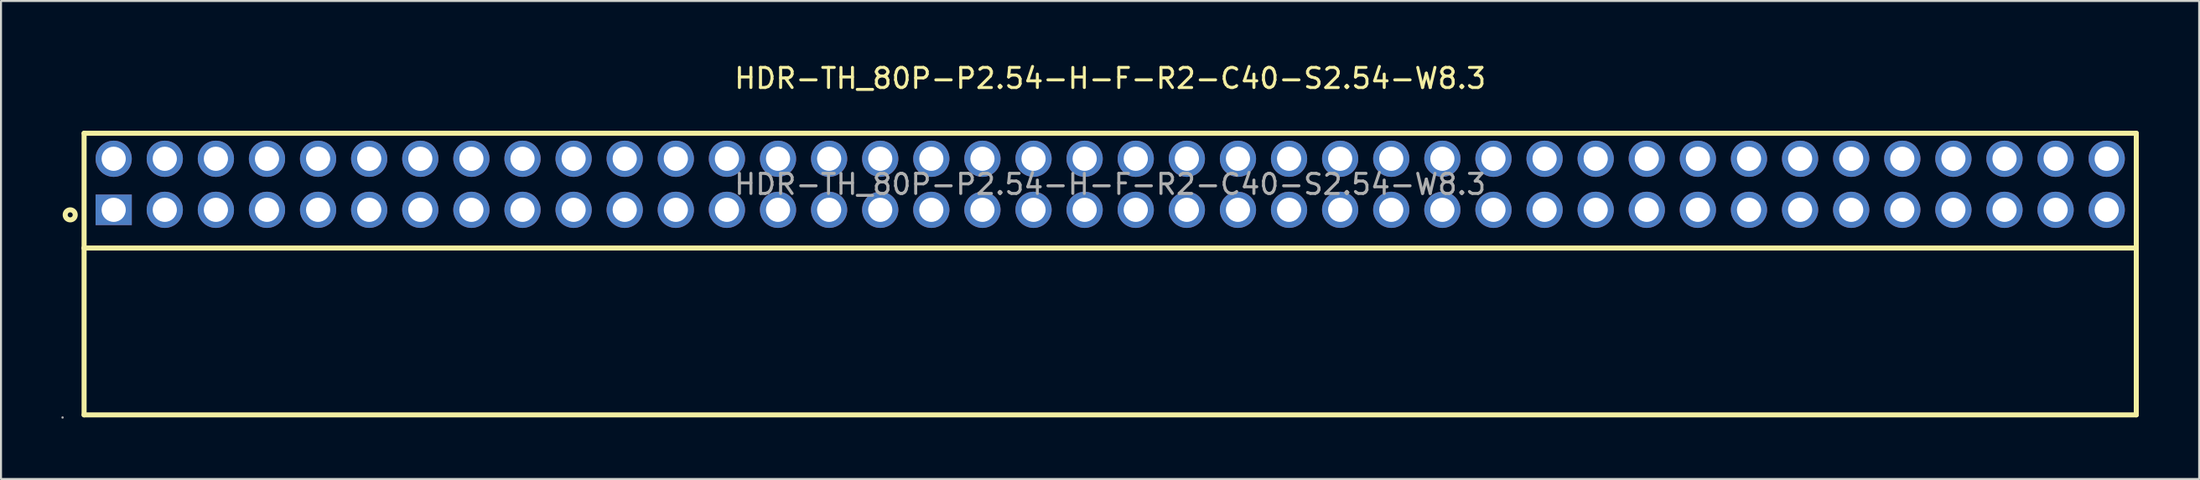
<source format=kicad_pcb>
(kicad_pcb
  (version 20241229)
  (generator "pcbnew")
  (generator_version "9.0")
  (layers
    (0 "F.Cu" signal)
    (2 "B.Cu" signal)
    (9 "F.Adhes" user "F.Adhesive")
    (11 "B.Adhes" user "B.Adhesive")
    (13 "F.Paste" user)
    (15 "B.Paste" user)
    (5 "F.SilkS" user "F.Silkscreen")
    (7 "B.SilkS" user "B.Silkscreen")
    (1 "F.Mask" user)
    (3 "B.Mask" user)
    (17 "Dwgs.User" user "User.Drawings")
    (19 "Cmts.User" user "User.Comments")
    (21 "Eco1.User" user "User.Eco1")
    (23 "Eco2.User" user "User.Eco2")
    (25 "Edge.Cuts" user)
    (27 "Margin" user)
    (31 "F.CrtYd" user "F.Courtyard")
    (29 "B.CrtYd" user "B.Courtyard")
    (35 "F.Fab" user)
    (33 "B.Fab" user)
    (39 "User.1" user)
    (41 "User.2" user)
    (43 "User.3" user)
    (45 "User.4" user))
  (footprint "HDR-TH_80P-P2.54-H-F-R2-C40-S2.54-W8.3"
    (layer "F.Cu")
    (at 52.13 6.118)
    (property "Reference" "HDR-TH_80P-P2.54-H-F-R2-C40-S2.54-W8.3" (at 0 -5.27 0) (layer "F.SilkS") (effects (font (size 1 1) (thickness 0.15))))
    (attr through_hole)
    (fp_line (start -51 -2.54) (end 51 -2.54) (stroke (width 0.25) (type solid)) (layer "F.SilkS"))
    (fp_line (start -51 3.17) (end -51 -2.54) (stroke (width 0.25) (type solid)) (layer "F.SilkS"))
    (fp_line (start -51 3.17) (end 51 3.17) (stroke (width 0.25) (type solid)) (layer "F.SilkS"))
    (fp_line (start -51 11.47) (end -51 3.17) (stroke (width 0.25) (type solid)) (layer "F.SilkS"))
    (fp_line (start -51 11.47) (end 51 11.47) (stroke (width 0.25) (type solid)) (layer "F.SilkS"))
    (fp_line (start 51 -2.54) (end 51 11.47) (stroke (width 0.25) (type solid)) (layer "F.SilkS"))
    (fp_circle (center -51.69 1.52) (end -51.44 1.52) (stroke (width 0.25) (type solid)) (fill no) (layer "F.SilkS"))
    (fp_circle (center -52.07 11.6) (end -52.04 11.6) (stroke (width 0.06) (type solid)) (fill no) (layer "F.Fab"))
    (fp_circle (center -49.53 -1.27) (end -49.28 -1.27) (stroke (width 0.5) (type solid)) (fill no) (layer "F.Fab"))
    (fp_circle (center -49.53 1.27) (end -49.28 1.27) (stroke (width 0.5) (type solid)) (fill no) (layer "F.Fab"))
    (fp_circle (center -46.99 -1.27) (end -46.74 -1.27) (stroke (width 0.5) (type solid)) (fill no) (layer "F.Fab"))
    (fp_circle (center -46.99 1.27) (end -46.74 1.27) (stroke (width 0.5) (type solid)) (fill no) (layer "F.Fab"))
    (fp_circle (center -44.45 -1.27) (end -44.2 -1.27) (stroke (width 0.5) (type solid)) (fill no) (layer "F.Fab"))
    (fp_circle (center -44.45 1.27) (end -44.2 1.27) (stroke (width 0.5) (type solid)) (fill no) (layer "F.Fab"))
    (fp_circle (center -41.91 -1.27) (end -41.66 -1.27) (stroke (width 0.5) (type solid)) (fill no) (layer "F.Fab"))
    (fp_circle (center -41.91 1.27) (end -41.66 1.27) (stroke (width 0.5) (type solid)) (fill no) (layer "F.Fab"))
    (fp_circle (center -39.37 -1.27) (end -39.12 -1.27) (stroke (width 0.5) (type solid)) (fill no) (layer "F.Fab"))
    (fp_circle (center -39.37 1.27) (end -39.12 1.27) (stroke (width 0.5) (type solid)) (fill no) (layer "F.Fab"))
    (fp_circle (center -36.83 -1.27) (end -36.58 -1.27) (stroke (width 0.5) (type solid)) (fill no) (layer "F.Fab"))
    (fp_circle (center -36.83 1.27) (end -36.58 1.27) (stroke (width 0.5) (type solid)) (fill no) (layer "F.Fab"))
    (fp_circle (center -34.29 -1.27) (end -34.04 -1.27) (stroke (width 0.5) (type solid)) (fill no) (layer "F.Fab"))
    (fp_circle (center -34.29 1.27) (end -34.04 1.27) (stroke (width 0.5) (type solid)) (fill no) (layer "F.Fab"))
    (fp_circle (center -31.75 -1.27) (end -31.5 -1.27) (stroke (width 0.5) (type solid)) (fill no) (layer "F.Fab"))
    (fp_circle (center -31.75 1.27) (end -31.5 1.27) (stroke (width 0.5) (type solid)) (fill no) (layer "F.Fab"))
    (fp_circle (center -29.21 -1.27) (end -28.96 -1.27) (stroke (width 0.5) (type solid)) (fill no) (layer "F.Fab"))
    (fp_circle (center -29.21 1.27) (end -28.96 1.27) (stroke (width 0.5) (type solid)) (fill no) (layer "F.Fab"))
    (fp_circle (center -26.67 -1.27) (end -26.42 -1.27) (stroke (width 0.5) (type solid)) (fill no) (layer "F.Fab"))
    (fp_circle (center -26.67 1.27) (end -26.42 1.27) (stroke (width 0.5) (type solid)) (fill no) (layer "F.Fab"))
    (fp_circle (center -24.13 -1.27) (end -23.88 -1.27) (stroke (width 0.5) (type solid)) (fill no) (layer "F.Fab"))
    (fp_circle (center -24.13 1.27) (end -23.88 1.27) (stroke (width 0.5) (type solid)) (fill no) (layer "F.Fab"))
    (fp_circle (center -21.59 -1.27) (end -21.34 -1.27) (stroke (width 0.5) (type solid)) (fill no) (layer "F.Fab"))
    (fp_circle (center -21.59 1.27) (end -21.34 1.27) (stroke (width 0.5) (type solid)) (fill no) (layer "F.Fab"))
    (fp_circle (center -19.05 -1.27) (end -18.8 -1.27) (stroke (width 0.5) (type solid)) (fill no) (layer "F.Fab"))
    (fp_circle (center -19.05 1.27) (end -18.8 1.27) (stroke (width 0.5) (type solid)) (fill no) (layer "F.Fab"))
    (fp_circle (center -16.51 -1.27) (end -16.26 -1.27) (stroke (width 0.5) (type solid)) (fill no) (layer "F.Fab"))
    (fp_circle (center -16.51 1.27) (end -16.26 1.27) (stroke (width 0.5) (type solid)) (fill no) (layer "F.Fab"))
    (fp_circle (center -13.97 -1.27) (end -13.72 -1.27) (stroke (width 0.5) (type solid)) (fill no) (layer "F.Fab"))
    (fp_circle (center -13.97 1.27) (end -13.72 1.27) (stroke (width 0.5) (type solid)) (fill no) (layer "F.Fab"))
    (fp_circle (center -11.43 -1.27) (end -11.18 -1.27) (stroke (width 0.5) (type solid)) (fill no) (layer "F.Fab"))
    (fp_circle (center -11.43 1.27) (end -11.18 1.27) (stroke (width 0.5) (type solid)) (fill no) (layer "F.Fab"))
    (fp_circle (center -8.89 -1.27) (end -8.64 -1.27) (stroke (width 0.5) (type solid)) (fill no) (layer "F.Fab"))
    (fp_circle (center -8.89 1.27) (end -8.64 1.27) (stroke (width 0.5) (type solid)) (fill no) (layer "F.Fab"))
    (fp_circle (center -6.35 -1.27) (end -6.1 -1.27) (stroke (width 0.5) (type solid)) (fill no) (layer "F.Fab"))
    (fp_circle (center -6.35 1.27) (end -6.1 1.27) (stroke (width 0.5) (type solid)) (fill no) (layer "F.Fab"))
    (fp_circle (center -3.81 -1.27) (end -3.56 -1.27) (stroke (width 0.5) (type solid)) (fill no) (layer "F.Fab"))
    (fp_circle (center -3.81 1.27) (end -3.56 1.27) (stroke (width 0.5) (type solid)) (fill no) (layer "F.Fab"))
    (fp_circle (center -1.27 -1.27) (end -1.02 -1.27) (stroke (width 0.5) (type solid)) (fill no) (layer "F.Fab"))
    (fp_circle (center -1.27 1.27) (end -1.02 1.27) (stroke (width 0.5) (type solid)) (fill no) (layer "F.Fab"))
    (fp_circle (center 1.27 -1.27) (end 1.52 -1.27) (stroke (width 0.5) (type solid)) (fill no) (layer "F.Fab"))
    (fp_circle (center 1.27 1.27) (end 1.52 1.27) (stroke (width 0.5) (type solid)) (fill no) (layer "F.Fab"))
    (fp_circle (center 3.81 -1.27) (end 4.06 -1.27) (stroke (width 0.5) (type solid)) (fill no) (layer "F.Fab"))
    (fp_circle (center 3.81 1.27) (end 4.06 1.27) (stroke (width 0.5) (type solid)) (fill no) (layer "F.Fab"))
    (fp_circle (center 6.35 -1.27) (end 6.6 -1.27) (stroke (width 0.5) (type solid)) (fill no) (layer "F.Fab"))
    (fp_circle (center 6.35 1.27) (end 6.6 1.27) (stroke (width 0.5) (type solid)) (fill no) (layer "F.Fab"))
    (fp_circle (center 8.89 -1.27) (end 9.14 -1.27) (stroke (width 0.5) (type solid)) (fill no) (layer "F.Fab"))
    (fp_circle (center 8.89 1.27) (end 9.14 1.27) (stroke (width 0.5) (type solid)) (fill no) (layer "F.Fab"))
    (fp_circle (center 11.43 -1.27) (end 11.68 -1.27) (stroke (width 0.5) (type solid)) (fill no) (layer "F.Fab"))
    (fp_circle (center 11.43 1.27) (end 11.68 1.27) (stroke (width 0.5) (type solid)) (fill no) (layer "F.Fab"))
    (fp_circle (center 13.97 -1.27) (end 14.22 -1.27) (stroke (width 0.5) (type solid)) (fill no) (layer "F.Fab"))
    (fp_circle (center 13.97 1.27) (end 14.22 1.27) (stroke (width 0.5) (type solid)) (fill no) (layer "F.Fab"))
    (fp_circle (center 16.51 -1.27) (end 16.76 -1.27) (stroke (width 0.5) (type solid)) (fill no) (layer "F.Fab"))
    (fp_circle (center 16.51 1.27) (end 16.76 1.27) (stroke (width 0.5) (type solid)) (fill no) (layer "F.Fab"))
    (fp_circle (center 19.05 -1.27) (end 19.3 -1.27) (stroke (width 0.5) (type solid)) (fill no) (layer "F.Fab"))
    (fp_circle (center 19.05 1.27) (end 19.3 1.27) (stroke (width 0.5) (type solid)) (fill no) (layer "F.Fab"))
    (fp_circle (center 21.59 -1.27) (end 21.84 -1.27) (stroke (width 0.5) (type solid)) (fill no) (layer "F.Fab"))
    (fp_circle (center 21.59 1.27) (end 21.84 1.27) (stroke (width 0.5) (type solid)) (fill no) (layer "F.Fab"))
    (fp_circle (center 24.13 -1.27) (end 24.38 -1.27) (stroke (width 0.5) (type solid)) (fill no) (layer "F.Fab"))
    (fp_circle (center 24.13 1.27) (end 24.38 1.27) (stroke (width 0.5) (type solid)) (fill no) (layer "F.Fab"))
    (fp_circle (center 26.67 -1.27) (end 26.92 -1.27) (stroke (width 0.5) (type solid)) (fill no) (layer "F.Fab"))
    (fp_circle (center 26.67 1.27) (end 26.92 1.27) (stroke (width 0.5) (type solid)) (fill no) (layer "F.Fab"))
    (fp_circle (center 29.21 -1.27) (end 29.46 -1.27) (stroke (width 0.5) (type solid)) (fill no) (layer "F.Fab"))
    (fp_circle (center 29.21 1.27) (end 29.46 1.27) (stroke (width 0.5) (type solid)) (fill no) (layer "F.Fab"))
    (fp_circle (center 31.75 -1.27) (end 32 -1.27) (stroke (width 0.5) (type solid)) (fill no) (layer "F.Fab"))
    (fp_circle (center 31.75 1.27) (end 32 1.27) (stroke (width 0.5) (type solid)) (fill no) (layer "F.Fab"))
    (fp_circle (center 34.29 -1.27) (end 34.54 -1.27) (stroke (width 0.5) (type solid)) (fill no) (layer "F.Fab"))
    (fp_circle (center 34.29 1.27) (end 34.54 1.27) (stroke (width 0.5) (type solid)) (fill no) (layer "F.Fab"))
    (fp_circle (center 36.83 -1.27) (end 37.08 -1.27) (stroke (width 0.5) (type solid)) (fill no) (layer "F.Fab"))
    (fp_circle (center 36.83 1.27) (end 37.08 1.27) (stroke (width 0.5) (type solid)) (fill no) (layer "F.Fab"))
    (fp_circle (center 39.37 -1.27) (end 39.62 -1.27) (stroke (width 0.5) (type solid)) (fill no) (layer "F.Fab"))
    (fp_circle (center 39.37 1.27) (end 39.62 1.27) (stroke (width 0.5) (type solid)) (fill no) (layer "F.Fab"))
    (fp_circle (center 41.91 -1.27) (end 42.16 -1.27) (stroke (width 0.5) (type solid)) (fill no) (layer "F.Fab"))
    (fp_circle (center 41.91 1.27) (end 42.16 1.27) (stroke (width 0.5) (type solid)) (fill no) (layer "F.Fab"))
    (fp_circle (center 44.45 -1.27) (end 44.7 -1.27) (stroke (width 0.5) (type solid)) (fill no) (layer "F.Fab"))
    (fp_circle (center 44.45 1.27) (end 44.7 1.27) (stroke (width 0.5) (type solid)) (fill no) (layer "F.Fab"))
    (fp_circle (center 46.99 -1.27) (end 47.24 -1.27) (stroke (width 0.5) (type solid)) (fill no) (layer "F.Fab"))
    (fp_circle (center 46.99 1.27) (end 47.24 1.27) (stroke (width 0.5) (type solid)) (fill no) (layer "F.Fab"))
    (fp_circle (center 49.53 -1.27) (end 49.78 -1.27) (stroke (width 0.5) (type solid)) (fill no) (layer "F.Fab"))
    (fp_circle (center 49.53 1.27) (end 49.78 1.27) (stroke (width 0.5) (type solid)) (fill no) (layer "F.Fab"))
    (fp_text user "${REFERENCE}" (at 0 0 0) (layer "F.Fab") (effects (font (size 1 1) (thickness 0.15))))
    (pad "1" thru_hole rect (at -49.53 1.27 90) (size 1.52 1.8) (drill 1.2) (layers "*.Cu" "*.Paste" "*.Mask"))
    (pad "2" thru_hole circle (at -49.53 -1.27 90) (size 1.8 1.8) (drill 1.2) (layers "*.Cu" "*.Paste" "*.Mask"))
    (pad "3" thru_hole circle (at -46.99 1.27 90) (size 1.8 1.8) (drill 1.2) (layers "*.Cu" "*.Paste" "*.Mask"))
    (pad "4" thru_hole circle (at -46.99 -1.27 90) (size 1.8 1.8) (drill 1.2) (layers "*.Cu" "*.Paste" "*.Mask"))
    (pad "5" thru_hole circle (at -44.45 1.27 90) (size 1.8 1.8) (drill 1.2) (layers "*.Cu" "*.Paste" "*.Mask"))
    (pad "6" thru_hole circle (at -44.45 -1.27 90) (size 1.8 1.8) (drill 1.2) (layers "*.Cu" "*.Paste" "*.Mask"))
    (pad "7" thru_hole circle (at -41.91 1.27 90) (size 1.8 1.8) (drill 1.2) (layers "*.Cu" "*.Paste" "*.Mask"))
    (pad "8" thru_hole circle (at -41.91 -1.27 90) (size 1.8 1.8) (drill 1.2) (layers "*.Cu" "*.Paste" "*.Mask"))
    (pad "9" thru_hole circle (at -39.37 1.27 90) (size 1.8 1.8) (drill 1.2) (layers "*.Cu" "*.Paste" "*.Mask"))
    (pad "10" thru_hole circle (at -39.37 -1.27 90) (size 1.8 1.8) (drill 1.2) (layers "*.Cu" "*.Paste" "*.Mask"))
    (pad "11" thru_hole circle (at -36.83 1.27 90) (size 1.8 1.8) (drill 1.2) (layers "*.Cu" "*.Paste" "*.Mask"))
    (pad "12" thru_hole circle (at -36.83 -1.27 90) (size 1.8 1.8) (drill 1.2) (layers "*.Cu" "*.Paste" "*.Mask"))
    (pad "13" thru_hole circle (at -34.29 1.27 90) (size 1.8 1.8) (drill 1.2) (layers "*.Cu" "*.Paste" "*.Mask"))
    (pad "14" thru_hole circle (at -34.29 -1.27 90) (size 1.8 1.8) (drill 1.2) (layers "*.Cu" "*.Paste" "*.Mask"))
    (pad "15" thru_hole circle (at -31.75 1.27 90) (size 1.8 1.8) (drill 1.2) (layers "*.Cu" "*.Paste" "*.Mask"))
    (pad "16" thru_hole circle (at -31.75 -1.27 90) (size 1.8 1.8) (drill 1.2) (layers "*.Cu" "*.Paste" "*.Mask"))
    (pad "17" thru_hole circle (at -29.21 1.27 90) (size 1.8 1.8) (drill 1.2) (layers "*.Cu" "*.Paste" "*.Mask"))
    (pad "18" thru_hole circle (at -29.21 -1.27 90) (size 1.8 1.8) (drill 1.2) (layers "*.Cu" "*.Paste" "*.Mask"))
    (pad "19" thru_hole circle (at -26.67 1.27 90) (size 1.8 1.8) (drill 1.2) (layers "*.Cu" "*.Paste" "*.Mask"))
    (pad "20" thru_hole circle (at -26.67 -1.27 90) (size 1.8 1.8) (drill 1.2) (layers "*.Cu" "*.Paste" "*.Mask"))
    (pad "21" thru_hole circle (at -24.13 1.27 90) (size 1.8 1.8) (drill 1.2) (layers "*.Cu" "*.Paste" "*.Mask"))
    (pad "22" thru_hole circle (at -24.13 -1.27 90) (size 1.8 1.8) (drill 1.2) (layers "*.Cu" "*.Paste" "*.Mask"))
    (pad "23" thru_hole circle (at -21.59 1.27 90) (size 1.8 1.8) (drill 1.2) (layers "*.Cu" "*.Paste" "*.Mask"))
    (pad "24" thru_hole circle (at -21.59 -1.27 90) (size 1.8 1.8) (drill 1.2) (layers "*.Cu" "*.Paste" "*.Mask"))
    (pad "25" thru_hole circle (at -19.05 1.27 90) (size 1.8 1.8) (drill 1.2) (layers "*.Cu" "*.Paste" "*.Mask"))
    (pad "26" thru_hole circle (at -19.05 -1.27 90) (size 1.8 1.8) (drill 1.2) (layers "*.Cu" "*.Paste" "*.Mask"))
    (pad "27" thru_hole circle (at -16.51 1.27 90) (size 1.8 1.8) (drill 1.2) (layers "*.Cu" "*.Paste" "*.Mask"))
    (pad "28" thru_hole circle (at -16.51 -1.27 90) (size 1.8 1.8) (drill 1.2) (layers "*.Cu" "*.Paste" "*.Mask"))
    (pad "29" thru_hole circle (at -13.97 1.27 90) (size 1.8 1.8) (drill 1.2) (layers "*.Cu" "*.Paste" "*.Mask"))
    (pad "30" thru_hole circle (at -13.97 -1.27 90) (size 1.8 1.8) (drill 1.2) (layers "*.Cu" "*.Paste" "*.Mask"))
    (pad "31" thru_hole circle (at -11.43 1.27 90) (size 1.8 1.8) (drill 1.2) (layers "*.Cu" "*.Paste" "*.Mask"))
    (pad "32" thru_hole circle (at -11.43 -1.27 90) (size 1.8 1.8) (drill 1.2) (layers "*.Cu" "*.Paste" "*.Mask"))
    (pad "33" thru_hole circle (at -8.89 1.27 90) (size 1.8 1.8) (drill 1.2) (layers "*.Cu" "*.Paste" "*.Mask"))
    (pad "34" thru_hole circle (at -8.89 -1.27 90) (size 1.8 1.8) (drill 1.2) (layers "*.Cu" "*.Paste" "*.Mask"))
    (pad "35" thru_hole circle (at -6.35 1.27 90) (size 1.8 1.8) (drill 1.2) (layers "*.Cu" "*.Paste" "*.Mask"))
    (pad "36" thru_hole circle (at -6.35 -1.27 90) (size 1.8 1.8) (drill 1.2) (layers "*.Cu" "*.Paste" "*.Mask"))
    (pad "37" thru_hole circle (at -3.81 1.27 90) (size 1.8 1.8) (drill 1.2) (layers "*.Cu" "*.Paste" "*.Mask"))
    (pad "38" thru_hole circle (at -3.81 -1.27 90) (size 1.8 1.8) (drill 1.2) (layers "*.Cu" "*.Paste" "*.Mask"))
    (pad "39" thru_hole circle (at -1.27 1.27 90) (size 1.8 1.8) (drill 1.2) (layers "*.Cu" "*.Paste" "*.Mask"))
    (pad "40" thru_hole circle (at -1.27 -1.27 90) (size 1.8 1.8) (drill 1.2) (layers "*.Cu" "*.Paste" "*.Mask"))
    (pad "41" thru_hole circle (at 1.27 1.27 90) (size 1.8 1.8) (drill 1.2) (layers "*.Cu" "*.Paste" "*.Mask"))
    (pad "42" thru_hole circle (at 1.27 -1.27 90) (size 1.8 1.8) (drill 1.2) (layers "*.Cu" "*.Paste" "*.Mask"))
    (pad "43" thru_hole circle (at 3.81 1.27 90) (size 1.8 1.8) (drill 1.2) (layers "*.Cu" "*.Paste" "*.Mask"))
    (pad "44" thru_hole circle (at 3.81 -1.27 90) (size 1.8 1.8) (drill 1.2) (layers "*.Cu" "*.Paste" "*.Mask"))
    (pad "45" thru_hole circle (at 6.35 1.27 90) (size 1.8 1.8) (drill 1.2) (layers "*.Cu" "*.Paste" "*.Mask"))
    (pad "46" thru_hole circle (at 6.35 -1.27 90) (size 1.8 1.8) (drill 1.2) (layers "*.Cu" "*.Paste" "*.Mask"))
    (pad "47" thru_hole circle (at 8.89 1.27 90) (size 1.8 1.8) (drill 1.2) (layers "*.Cu" "*.Paste" "*.Mask"))
    (pad "48" thru_hole circle (at 8.89 -1.27 90) (size 1.8 1.8) (drill 1.2) (layers "*.Cu" "*.Paste" "*.Mask"))
    (pad "49" thru_hole circle (at 11.43 1.27 90) (size 1.8 1.8) (drill 1.2) (layers "*.Cu" "*.Paste" "*.Mask"))
    (pad "50" thru_hole circle (at 11.43 -1.27 90) (size 1.8 1.8) (drill 1.2) (layers "*.Cu" "*.Paste" "*.Mask"))
    (pad "51" thru_hole circle (at 13.97 1.27 90) (size 1.8 1.8) (drill 1.2) (layers "*.Cu" "*.Paste" "*.Mask"))
    (pad "52" thru_hole circle (at 13.97 -1.27 90) (size 1.8 1.8) (drill 1.2) (layers "*.Cu" "*.Paste" "*.Mask"))
    (pad "53" thru_hole circle (at 16.51 1.27 90) (size 1.8 1.8) (drill 1.2) (layers "*.Cu" "*.Paste" "*.Mask"))
    (pad "54" thru_hole circle (at 16.51 -1.27 90) (size 1.8 1.8) (drill 1.2) (layers "*.Cu" "*.Paste" "*.Mask"))
    (pad "55" thru_hole circle (at 19.05 1.27 90) (size 1.8 1.8) (drill 1.2) (layers "*.Cu" "*.Paste" "*.Mask"))
    (pad "56" thru_hole circle (at 19.05 -1.27 90) (size 1.8 1.8) (drill 1.2) (layers "*.Cu" "*.Paste" "*.Mask"))
    (pad "57" thru_hole circle (at 21.59 1.27 90) (size 1.8 1.8) (drill 1.2) (layers "*.Cu" "*.Paste" "*.Mask"))
    (pad "58" thru_hole circle (at 21.59 -1.27 90) (size 1.8 1.8) (drill 1.2) (layers "*.Cu" "*.Paste" "*.Mask"))
    (pad "59" thru_hole circle (at 24.13 1.27 90) (size 1.8 1.8) (drill 1.2) (layers "*.Cu" "*.Paste" "*.Mask"))
    (pad "60" thru_hole circle (at 24.13 -1.27 90) (size 1.8 1.8) (drill 1.2) (layers "*.Cu" "*.Paste" "*.Mask"))
    (pad "61" thru_hole circle (at 26.67 1.27 90) (size 1.8 1.8) (drill 1.2) (layers "*.Cu" "*.Paste" "*.Mask"))
    (pad "62" thru_hole circle (at 26.67 -1.27 90) (size 1.8 1.8) (drill 1.2) (layers "*.Cu" "*.Paste" "*.Mask"))
    (pad "63" thru_hole circle (at 29.21 1.27 90) (size 1.8 1.8) (drill 1.2) (layers "*.Cu" "*.Paste" "*.Mask"))
    (pad "64" thru_hole circle (at 29.21 -1.27 90) (size 1.8 1.8) (drill 1.2) (layers "*.Cu" "*.Paste" "*.Mask"))
    (pad "65" thru_hole circle (at 31.75 1.27 90) (size 1.8 1.8) (drill 1.2) (layers "*.Cu" "*.Paste" "*.Mask"))
    (pad "66" thru_hole circle (at 31.75 -1.27 90) (size 1.8 1.8) (drill 1.2) (layers "*.Cu" "*.Paste" "*.Mask"))
    (pad "67" thru_hole circle (at 34.29 1.27 90) (size 1.8 1.8) (drill 1.2) (layers "*.Cu" "*.Paste" "*.Mask"))
    (pad "68" thru_hole circle (at 34.29 -1.27 90) (size 1.8 1.8) (drill 1.2) (layers "*.Cu" "*.Paste" "*.Mask"))
    (pad "69" thru_hole circle (at 36.83 1.27 90) (size 1.8 1.8) (drill 1.2) (layers "*.Cu" "*.Paste" "*.Mask"))
    (pad "70" thru_hole circle (at 36.83 -1.27 90) (size 1.8 1.8) (drill 1.2) (layers "*.Cu" "*.Paste" "*.Mask"))
    (pad "71" thru_hole circle (at 39.37 1.27 90) (size 1.8 1.8) (drill 1.2) (layers "*.Cu" "*.Paste" "*.Mask"))
    (pad "72" thru_hole circle (at 39.37 -1.27 90) (size 1.8 1.8) (drill 1.2) (layers "*.Cu" "*.Paste" "*.Mask"))
    (pad "73" thru_hole circle (at 41.91 1.27 90) (size 1.8 1.8) (drill 1.2) (layers "*.Cu" "*.Paste" "*.Mask"))
    (pad "74" thru_hole circle (at 41.91 -1.27 90) (size 1.8 1.8) (drill 1.2) (layers "*.Cu" "*.Paste" "*.Mask"))
    (pad "75" thru_hole circle (at 44.45 1.27 90) (size 1.8 1.8) (drill 1.2) (layers "*.Cu" "*.Paste" "*.Mask"))
    (pad "76" thru_hole circle (at 44.45 -1.27 90) (size 1.8 1.8) (drill 1.2) (layers "*.Cu" "*.Paste" "*.Mask"))
    (pad "77" thru_hole circle (at 46.99 1.27 90) (size 1.8 1.8) (drill 1.2) (layers "*.Cu" "*.Paste" "*.Mask"))
    (pad "78" thru_hole circle (at 46.99 -1.27 90) (size 1.8 1.8) (drill 1.2) (layers "*.Cu" "*.Paste" "*.Mask"))
    (pad "79" thru_hole circle (at 49.53 1.27 90) (size 1.8 1.8) (drill 1.2) (layers "*.Cu" "*.Paste" "*.Mask"))
    (pad "80" thru_hole circle (at 49.53 -1.27 90) (size 1.8 1.8) (drill 1.2) (layers "*.Cu" "*.Paste" "*.Mask")))
  (gr_rect
    (start -3 -3)
    (end 106.255 20.778)
    (stroke (width 0.1) (type default))
    (fill no)
    (layer "Edge.Cuts")))
</source>
